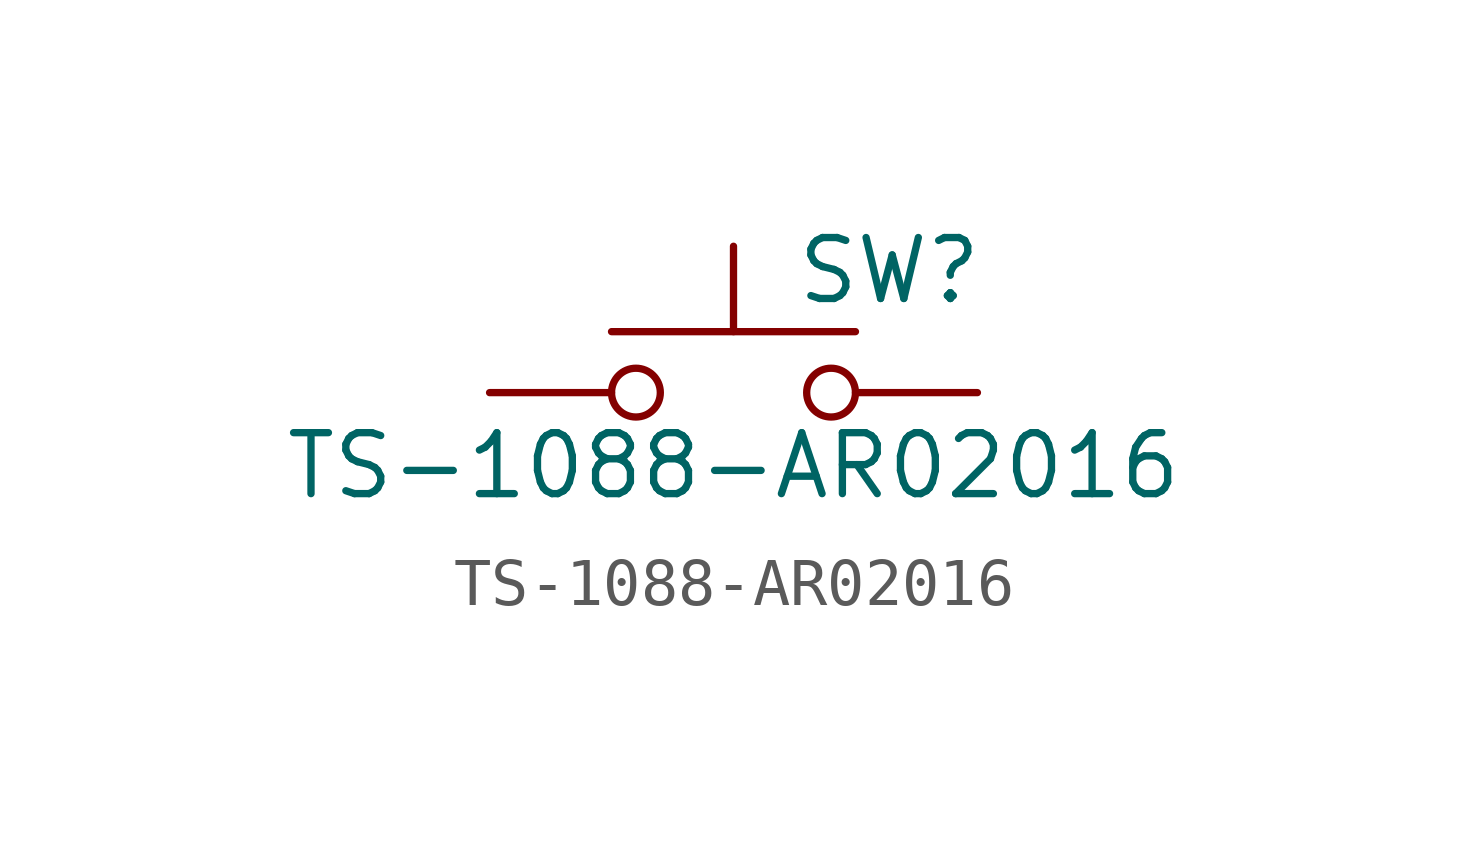
<source format=kicad_sym>
(kicad_symbol_lib
  (version 20241209)
  (generator "kicad_symbol_editor")
  (generator_version "9.0")
  (symbol "TS-1088-AR02016"
    (pin_numbers
      (hide yes))
    (pin_names
      (offset 1.016)
      (hide yes))
    (property "Reference" "SW"
      (at 1.27 2.54 0)
      (effects (font (size 1.27 1.27)) (justify left)))
    (property "Value" "TS-1088-AR02016"
      (at 0 -1.524 0)
      (effects (font (size 1.27 1.27))))
    (symbol "TS-1088-AR02016_0_1"
      (circle (center -2.032 0) (radius 0.508) (stroke (width 0) (type default)) (fill (type none)))
      (polyline (pts (xy 0 1.27) (xy 0 3.048)) (stroke (width 0) (type default)) (fill (type none)))
      (circle (center 2.032 0) (radius 0.508) (stroke (width 0) (type default)) (fill (type none)))
      (polyline (pts (xy 2.54 1.27) (xy -2.54 1.27)) (stroke (width 0) (type default)) (fill (type none)))
      (pin passive line (at -5.08 0 0) (length 2.54) (name "1" (effects (font (size 1.27 1.27)))) (number "1" (effects (font (size 1.27 1.27)))))
      (pin passive line (at 5.08 0 180) (length 2.54) (name "2" (effects (font (size 1.27 1.27)))) (number "2" (effects (font (size 1.27 1.27))))))))
</source>
